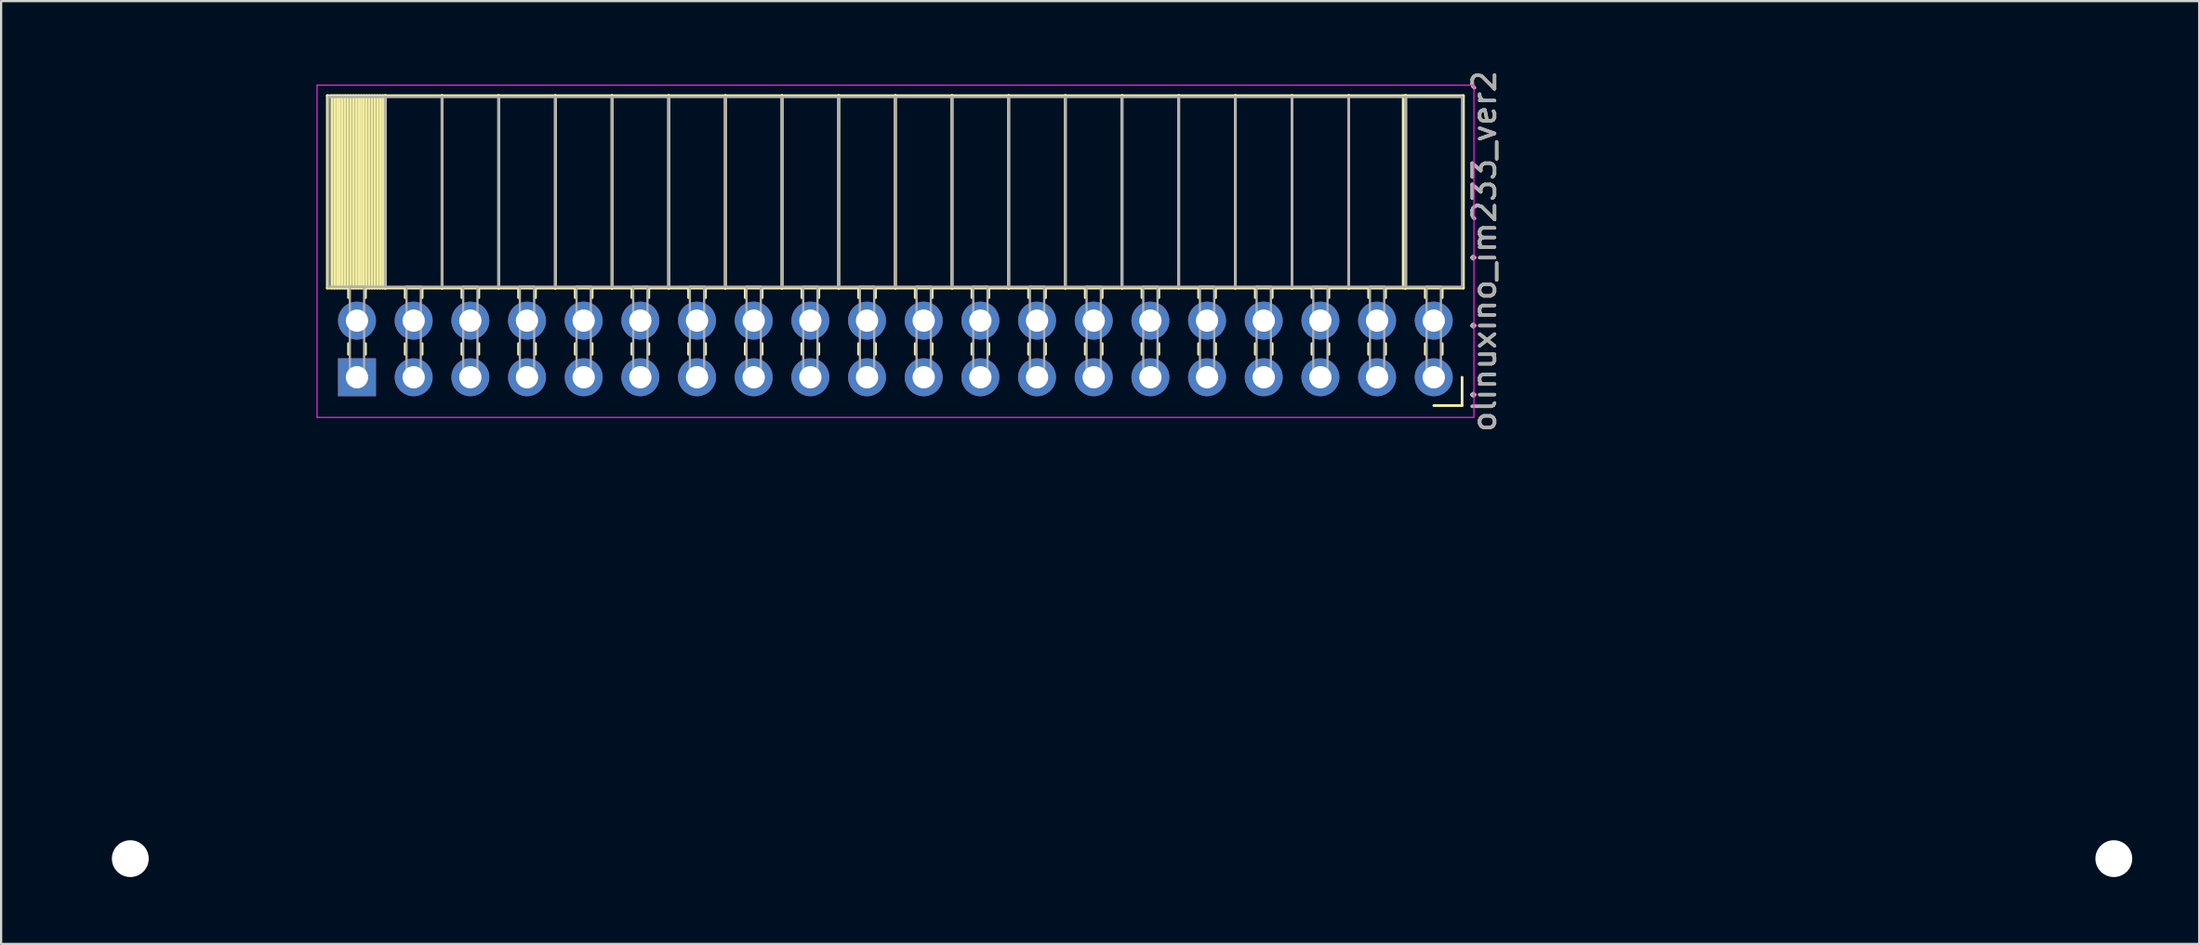
<source format=kicad_pcb>
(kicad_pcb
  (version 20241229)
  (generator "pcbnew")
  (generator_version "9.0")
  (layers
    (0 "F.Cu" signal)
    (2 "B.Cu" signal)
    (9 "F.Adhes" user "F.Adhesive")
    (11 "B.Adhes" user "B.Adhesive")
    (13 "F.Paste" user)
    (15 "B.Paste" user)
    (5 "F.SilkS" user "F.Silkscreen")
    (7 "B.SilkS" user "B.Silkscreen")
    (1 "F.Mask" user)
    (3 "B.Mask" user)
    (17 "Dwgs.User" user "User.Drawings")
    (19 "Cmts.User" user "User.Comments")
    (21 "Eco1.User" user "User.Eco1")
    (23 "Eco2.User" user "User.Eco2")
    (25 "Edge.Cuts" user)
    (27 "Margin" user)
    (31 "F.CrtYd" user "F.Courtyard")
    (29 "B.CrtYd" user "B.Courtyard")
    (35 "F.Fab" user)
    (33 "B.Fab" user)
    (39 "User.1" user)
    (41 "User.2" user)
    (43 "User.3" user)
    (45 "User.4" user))
  (footprint "olinuxino_im233_ver2"
    (layer "F.Cu")
    (at 0.25 8.155)
    (property "Reference" "olinuxino_im233_ver2" (at 63.23 0.065 270) (layer "F.SilkS") (effects (font (size 1 1) (thickness 0.15))))
    (attr through_hole)
    (fp_line (start 11.37 -6.915) (end 13.97 -6.915) (stroke (width 0.12) (type solid)) (layer "F.SilkS"))
    (fp_line (start 11.37 1.715) (end 11.37 -6.915) (stroke (width 0.12) (type solid)) (layer "F.SilkS"))
    (fp_line (start 11.57 1.715) (end 11.57 -6.915) (stroke (width 0.12) (type solid)) (layer "F.SilkS"))
    (fp_line (start 11.69 1.715) (end 11.69 -6.915) (stroke (width 0.12) (type solid)) (layer "F.SilkS"))
    (fp_line (start 11.81 1.715) (end 11.81 -6.915) (stroke (width 0.12) (type solid)) (layer "F.SilkS"))
    (fp_line (start 11.93 1.715) (end 11.93 -6.915) (stroke (width 0.12) (type solid)) (layer "F.SilkS"))
    (fp_line (start 12.05 1.715) (end 12.05 -6.915) (stroke (width 0.12) (type solid)) (layer "F.SilkS"))
    (fp_line (start 12.17 1.715) (end 12.17 -6.915) (stroke (width 0.12) (type solid)) (layer "F.SilkS"))
    (fp_line (start 12.29 1.715) (end 12.29 -6.915) (stroke (width 0.12) (type solid)) (layer "F.SilkS"))
    (fp_line (start 12.32 2.145) (end 12.32 1.715) (stroke (width 0.12) (type solid)) (layer "F.SilkS"))
    (fp_line (start 12.32 4.685) (end 12.32 4.205) (stroke (width 0.12) (type solid)) (layer "F.SilkS"))
    (fp_line (start 12.41 1.715) (end 12.41 -6.915) (stroke (width 0.12) (type solid)) (layer "F.SilkS"))
    (fp_line (start 12.53 1.715) (end 12.53 -6.915) (stroke (width 0.12) (type solid)) (layer "F.SilkS"))
    (fp_line (start 12.65 1.715) (end 12.65 -6.915) (stroke (width 0.12) (type solid)) (layer "F.SilkS"))
    (fp_line (start 12.77 1.715) (end 12.77 -6.915) (stroke (width 0.12) (type solid)) (layer "F.SilkS"))
    (fp_line (start 12.89 1.715) (end 12.89 -6.915) (stroke (width 0.12) (type solid)) (layer "F.SilkS"))
    (fp_line (start 13.01 1.715) (end 13.01 -6.915) (stroke (width 0.12) (type solid)) (layer "F.SilkS"))
    (fp_line (start 13.08 2.145) (end 13.08 1.715) (stroke (width 0.12) (type solid)) (layer "F.SilkS"))
    (fp_line (start 13.08 4.685) (end 13.08 4.205) (stroke (width 0.12) (type solid)) (layer "F.SilkS"))
    (fp_line (start 13.13 1.715) (end 13.13 -6.915) (stroke (width 0.12) (type solid)) (layer "F.SilkS"))
    (fp_line (start 13.25 1.715) (end 13.25 -6.915) (stroke (width 0.12) (type solid)) (layer "F.SilkS"))
    (fp_line (start 13.37 1.715) (end 13.37 -6.915) (stroke (width 0.12) (type solid)) (layer "F.SilkS"))
    (fp_line (start 13.49 1.715) (end 13.49 -6.915) (stroke (width 0.12) (type solid)) (layer "F.SilkS"))
    (fp_line (start 13.61 1.715) (end 13.61 -6.915) (stroke (width 0.12) (type solid)) (layer "F.SilkS"))
    (fp_line (start 13.73 1.715) (end 13.73 -6.915) (stroke (width 0.12) (type solid)) (layer "F.SilkS"))
    (fp_line (start 13.85 1.715) (end 13.85 -6.915) (stroke (width 0.12) (type solid)) (layer "F.SilkS"))
    (fp_line (start 13.97 -6.915) (end 13.97 1.715) (stroke (width 0.12) (type solid)) (layer "F.SilkS"))
    (fp_line (start 13.97 -6.915) (end 16.51 -6.915) (stroke (width 0.12) (type solid)) (layer "F.SilkS"))
    (fp_line (start 13.97 1.715) (end 11.37 1.715) (stroke (width 0.12) (type solid)) (layer "F.SilkS"))
    (fp_line (start 13.97 1.715) (end 13.97 -6.915) (stroke (width 0.12) (type solid)) (layer "F.SilkS"))
    (fp_line (start 14.86 2.145) (end 14.86 1.715) (stroke (width 0.12) (type solid)) (layer "F.SilkS"))
    (fp_line (start 14.86 4.685) (end 14.86 4.205) (stroke (width 0.12) (type solid)) (layer "F.SilkS"))
    (fp_line (start 15.62 2.145) (end 15.62 1.715) (stroke (width 0.12) (type solid)) (layer "F.SilkS"))
    (fp_line (start 15.62 4.685) (end 15.62 4.205) (stroke (width 0.12) (type solid)) (layer "F.SilkS"))
    (fp_line (start 16.51 -6.915) (end 16.51 1.715) (stroke (width 0.12) (type solid)) (layer "F.SilkS"))
    (fp_line (start 16.51 -6.915) (end 19.05 -6.915) (stroke (width 0.12) (type solid)) (layer "F.SilkS"))
    (fp_line (start 16.51 1.715) (end 13.97 1.715) (stroke (width 0.12) (type solid)) (layer "F.SilkS"))
    (fp_line (start 16.51 1.715) (end 16.51 -6.915) (stroke (width 0.12) (type solid)) (layer "F.SilkS"))
    (fp_line (start 17.4 2.145) (end 17.4 1.715) (stroke (width 0.12) (type solid)) (layer "F.SilkS"))
    (fp_line (start 17.4 4.685) (end 17.4 4.205) (stroke (width 0.12) (type solid)) (layer "F.SilkS"))
    (fp_line (start 18.16 2.145) (end 18.16 1.715) (stroke (width 0.12) (type solid)) (layer "F.SilkS"))
    (fp_line (start 18.16 4.685) (end 18.16 4.205) (stroke (width 0.12) (type solid)) (layer "F.SilkS"))
    (fp_line (start 19.05 -6.915) (end 19.05 1.715) (stroke (width 0.12) (type solid)) (layer "F.SilkS"))
    (fp_line (start 19.05 -6.915) (end 21.59 -6.915) (stroke (width 0.12) (type solid)) (layer "F.SilkS"))
    (fp_line (start 19.05 1.715) (end 16.51 1.715) (stroke (width 0.12) (type solid)) (layer "F.SilkS"))
    (fp_line (start 19.05 1.715) (end 19.05 -6.915) (stroke (width 0.12) (type solid)) (layer "F.SilkS"))
    (fp_line (start 19.94 2.145) (end 19.94 1.715) (stroke (width 0.12) (type solid)) (layer "F.SilkS"))
    (fp_line (start 19.94 4.685) (end 19.94 4.205) (stroke (width 0.12) (type solid)) (layer "F.SilkS"))
    (fp_line (start 20.7 2.145) (end 20.7 1.715) (stroke (width 0.12) (type solid)) (layer "F.SilkS"))
    (fp_line (start 20.7 4.685) (end 20.7 4.205) (stroke (width 0.12) (type solid)) (layer "F.SilkS"))
    (fp_line (start 21.59 -6.915) (end 21.59 1.715) (stroke (width 0.12) (type solid)) (layer "F.SilkS"))
    (fp_line (start 21.59 -6.915) (end 24.13 -6.915) (stroke (width 0.12) (type solid)) (layer "F.SilkS"))
    (fp_line (start 21.59 1.715) (end 19.05 1.715) (stroke (width 0.12) (type solid)) (layer "F.SilkS"))
    (fp_line (start 21.59 1.715) (end 21.59 -6.915) (stroke (width 0.12) (type solid)) (layer "F.SilkS"))
    (fp_line (start 22.48 2.145) (end 22.48 1.715) (stroke (width 0.12) (type solid)) (layer "F.SilkS"))
    (fp_line (start 22.48 4.685) (end 22.48 4.205) (stroke (width 0.12) (type solid)) (layer "F.SilkS"))
    (fp_line (start 23.24 2.145) (end 23.24 1.715) (stroke (width 0.12) (type solid)) (layer "F.SilkS"))
    (fp_line (start 23.24 4.685) (end 23.24 4.205) (stroke (width 0.12) (type solid)) (layer "F.SilkS"))
    (fp_line (start 24.13 -6.915) (end 24.13 1.715) (stroke (width 0.12) (type solid)) (layer "F.SilkS"))
    (fp_line (start 24.13 -6.915) (end 26.67 -6.915) (stroke (width 0.12) (type solid)) (layer "F.SilkS"))
    (fp_line (start 24.13 1.715) (end 21.59 1.715) (stroke (width 0.12) (type solid)) (layer "F.SilkS"))
    (fp_line (start 24.13 1.715) (end 24.13 -6.915) (stroke (width 0.12) (type solid)) (layer "F.SilkS"))
    (fp_line (start 25.02 2.145) (end 25.02 1.715) (stroke (width 0.12) (type solid)) (layer "F.SilkS"))
    (fp_line (start 25.02 4.685) (end 25.02 4.205) (stroke (width 0.12) (type solid)) (layer "F.SilkS"))
    (fp_line (start 25.78 2.145) (end 25.78 1.715) (stroke (width 0.12) (type solid)) (layer "F.SilkS"))
    (fp_line (start 25.78 4.685) (end 25.78 4.205) (stroke (width 0.12) (type solid)) (layer "F.SilkS"))
    (fp_line (start 26.67 -6.915) (end 26.67 1.715) (stroke (width 0.12) (type solid)) (layer "F.SilkS"))
    (fp_line (start 26.67 -6.915) (end 29.21 -6.915) (stroke (width 0.12) (type solid)) (layer "F.SilkS"))
    (fp_line (start 26.67 1.715) (end 24.13 1.715) (stroke (width 0.12) (type solid)) (layer "F.SilkS"))
    (fp_line (start 26.67 1.715) (end 26.67 -6.915) (stroke (width 0.12) (type solid)) (layer "F.SilkS"))
    (fp_line (start 27.56 2.145) (end 27.56 1.715) (stroke (width 0.12) (type solid)) (layer "F.SilkS"))
    (fp_line (start 27.56 4.685) (end 27.56 4.205) (stroke (width 0.12) (type solid)) (layer "F.SilkS"))
    (fp_line (start 28.32 2.145) (end 28.32 1.715) (stroke (width 0.12) (type solid)) (layer "F.SilkS"))
    (fp_line (start 28.32 4.685) (end 28.32 4.205) (stroke (width 0.12) (type solid)) (layer "F.SilkS"))
    (fp_line (start 29.21 -6.915) (end 29.21 1.715) (stroke (width 0.12) (type solid)) (layer "F.SilkS"))
    (fp_line (start 29.21 -6.915) (end 31.75 -6.915) (stroke (width 0.12) (type solid)) (layer "F.SilkS"))
    (fp_line (start 29.21 1.715) (end 26.67 1.715) (stroke (width 0.12) (type solid)) (layer "F.SilkS"))
    (fp_line (start 29.21 1.715) (end 29.21 -6.915) (stroke (width 0.12) (type solid)) (layer "F.SilkS"))
    (fp_line (start 30.1 2.145) (end 30.1 1.715) (stroke (width 0.12) (type solid)) (layer "F.SilkS"))
    (fp_line (start 30.1 4.685) (end 30.1 4.205) (stroke (width 0.12) (type solid)) (layer "F.SilkS"))
    (fp_line (start 30.86 2.145) (end 30.86 1.715) (stroke (width 0.12) (type solid)) (layer "F.SilkS"))
    (fp_line (start 30.86 4.685) (end 30.86 4.205) (stroke (width 0.12) (type solid)) (layer "F.SilkS"))
    (fp_line (start 31.75 -6.915) (end 31.75 1.715) (stroke (width 0.12) (type solid)) (layer "F.SilkS"))
    (fp_line (start 31.75 -6.915) (end 34.29 -6.915) (stroke (width 0.12) (type solid)) (layer "F.SilkS"))
    (fp_line (start 31.75 1.715) (end 29.21 1.715) (stroke (width 0.12) (type solid)) (layer "F.SilkS"))
    (fp_line (start 31.75 1.715) (end 31.75 -6.915) (stroke (width 0.12) (type solid)) (layer "F.SilkS"))
    (fp_line (start 32.64 2.145) (end 32.64 1.715) (stroke (width 0.12) (type solid)) (layer "F.SilkS"))
    (fp_line (start 32.64 4.685) (end 32.64 4.205) (stroke (width 0.12) (type solid)) (layer "F.SilkS"))
    (fp_line (start 33.4 2.145) (end 33.4 1.715) (stroke (width 0.12) (type solid)) (layer "F.SilkS"))
    (fp_line (start 33.4 4.685) (end 33.4 4.205) (stroke (width 0.12) (type solid)) (layer "F.SilkS"))
    (fp_line (start 34.29 -6.915) (end 34.29 1.715) (stroke (width 0.12) (type solid)) (layer "F.SilkS"))
    (fp_line (start 34.29 -6.915) (end 36.83 -6.915) (stroke (width 0.12) (type solid)) (layer "F.SilkS"))
    (fp_line (start 34.29 1.715) (end 31.75 1.715) (stroke (width 0.12) (type solid)) (layer "F.SilkS"))
    (fp_line (start 34.29 1.715) (end 34.29 -6.915) (stroke (width 0.12) (type solid)) (layer "F.SilkS"))
    (fp_line (start 35.18 2.145) (end 35.18 1.715) (stroke (width 0.12) (type solid)) (layer "F.SilkS"))
    (fp_line (start 35.18 4.685) (end 35.18 4.205) (stroke (width 0.12) (type solid)) (layer "F.SilkS"))
    (fp_line (start 35.94 2.145) (end 35.94 1.715) (stroke (width 0.12) (type solid)) (layer "F.SilkS"))
    (fp_line (start 35.94 4.685) (end 35.94 4.205) (stroke (width 0.12) (type solid)) (layer "F.SilkS"))
    (fp_line (start 36.83 -6.915) (end 36.83 1.715) (stroke (width 0.12) (type solid)) (layer "F.SilkS"))
    (fp_line (start 36.83 -6.915) (end 39.37 -6.915) (stroke (width 0.12) (type solid)) (layer "F.SilkS"))
    (fp_line (start 36.83 1.715) (end 34.29 1.715) (stroke (width 0.12) (type solid)) (layer "F.SilkS"))
    (fp_line (start 36.83 1.715) (end 36.83 -6.915) (stroke (width 0.12) (type solid)) (layer "F.SilkS"))
    (fp_line (start 37.72 2.145) (end 37.72 1.715) (stroke (width 0.12) (type solid)) (layer "F.SilkS"))
    (fp_line (start 37.72 4.685) (end 37.72 4.205) (stroke (width 0.12) (type solid)) (layer "F.SilkS"))
    (fp_line (start 38.48 2.145) (end 38.48 1.715) (stroke (width 0.12) (type solid)) (layer "F.SilkS"))
    (fp_line (start 38.48 4.685) (end 38.48 4.205) (stroke (width 0.12) (type solid)) (layer "F.SilkS"))
    (fp_line (start 39.37 -6.915) (end 39.37 1.715) (stroke (width 0.12) (type solid)) (layer "F.SilkS"))
    (fp_line (start 39.37 -6.915) (end 41.91 -6.915) (stroke (width 0.12) (type solid)) (layer "F.SilkS"))
    (fp_line (start 39.37 1.715) (end 36.83 1.715) (stroke (width 0.12) (type solid)) (layer "F.SilkS"))
    (fp_line (start 39.37 1.715) (end 39.37 -6.915) (stroke (width 0.12) (type solid)) (layer "F.SilkS"))
    (fp_line (start 40.26 2.145) (end 40.26 1.715) (stroke (width 0.12) (type solid)) (layer "F.SilkS"))
    (fp_line (start 40.26 4.685) (end 40.26 4.205) (stroke (width 0.12) (type solid)) (layer "F.SilkS"))
    (fp_line (start 41.02 2.145) (end 41.02 1.715) (stroke (width 0.12) (type solid)) (layer "F.SilkS"))
    (fp_line (start 41.02 4.685) (end 41.02 4.205) (stroke (width 0.12) (type solid)) (layer "F.SilkS"))
    (fp_line (start 41.91 -6.915) (end 41.91 1.715) (stroke (width 0.12) (type solid)) (layer "F.SilkS"))
    (fp_line (start 41.91 -6.915) (end 44.45 -6.915) (stroke (width 0.12) (type solid)) (layer "F.SilkS"))
    (fp_line (start 41.91 1.715) (end 39.37 1.715) (stroke (width 0.12) (type solid)) (layer "F.SilkS"))
    (fp_line (start 41.91 1.715) (end 41.91 -6.915) (stroke (width 0.12) (type solid)) (layer "F.SilkS"))
    (fp_line (start 42.8 2.145) (end 42.8 1.715) (stroke (width 0.12) (type solid)) (layer "F.SilkS"))
    (fp_line (start 42.8 4.685) (end 42.8 4.205) (stroke (width 0.12) (type solid)) (layer "F.SilkS"))
    (fp_line (start 43.56 2.145) (end 43.56 1.715) (stroke (width 0.12) (type solid)) (layer "F.SilkS"))
    (fp_line (start 43.56 4.685) (end 43.56 4.205) (stroke (width 0.12) (type solid)) (layer "F.SilkS"))
    (fp_line (start 44.45 -6.915) (end 44.45 1.715) (stroke (width 0.12) (type solid)) (layer "F.SilkS"))
    (fp_line (start 44.45 -6.915) (end 46.99 -6.915) (stroke (width 0.12) (type solid)) (layer "F.SilkS"))
    (fp_line (start 44.45 1.715) (end 41.91 1.715) (stroke (width 0.12) (type solid)) (layer "F.SilkS"))
    (fp_line (start 44.45 1.715) (end 44.45 -6.915) (stroke (width 0.12) (type solid)) (layer "F.SilkS"))
    (fp_line (start 45.34 2.145) (end 45.34 1.715) (stroke (width 0.12) (type solid)) (layer "F.SilkS"))
    (fp_line (start 45.34 4.685) (end 45.34 4.205) (stroke (width 0.12) (type solid)) (layer "F.SilkS"))
    (fp_line (start 46.1 2.145) (end 46.1 1.715) (stroke (width 0.12) (type solid)) (layer "F.SilkS"))
    (fp_line (start 46.1 4.685) (end 46.1 4.205) (stroke (width 0.12) (type solid)) (layer "F.SilkS"))
    (fp_line (start 46.99 -6.915) (end 46.99 1.715) (stroke (width 0.12) (type solid)) (layer "F.SilkS"))
    (fp_line (start 46.99 -6.915) (end 49.53 -6.915) (stroke (width 0.12) (type solid)) (layer "F.SilkS"))
    (fp_line (start 46.99 1.715) (end 44.45 1.715) (stroke (width 0.12) (type solid)) (layer "F.SilkS"))
    (fp_line (start 46.99 1.715) (end 46.99 -6.915) (stroke (width 0.12) (type solid)) (layer "F.SilkS"))
    (fp_line (start 47.88 2.145) (end 47.88 1.715) (stroke (width 0.12) (type solid)) (layer "F.SilkS"))
    (fp_line (start 47.88 4.685) (end 47.88 4.205) (stroke (width 0.12) (type solid)) (layer "F.SilkS"))
    (fp_line (start 48.64 2.145) (end 48.64 1.715) (stroke (width 0.12) (type solid)) (layer "F.SilkS"))
    (fp_line (start 48.64 4.685) (end 48.64 4.205) (stroke (width 0.12) (type solid)) (layer "F.SilkS"))
    (fp_line (start 49.53 -6.915) (end 49.53 1.715) (stroke (width 0.12) (type solid)) (layer "F.SilkS"))
    (fp_line (start 49.53 -6.915) (end 52.07 -6.915) (stroke (width 0.12) (type solid)) (layer "F.SilkS"))
    (fp_line (start 49.53 1.715) (end 46.99 1.715) (stroke (width 0.12) (type solid)) (layer "F.SilkS"))
    (fp_line (start 49.53 1.715) (end 49.53 -6.915) (stroke (width 0.12) (type solid)) (layer "F.SilkS"))
    (fp_line (start 50.42 2.145) (end 50.42 1.715) (stroke (width 0.12) (type solid)) (layer "F.SilkS"))
    (fp_line (start 50.42 4.685) (end 50.42 4.205) (stroke (width 0.12) (type solid)) (layer "F.SilkS"))
    (fp_line (start 51.18 2.145) (end 51.18 1.715) (stroke (width 0.12) (type solid)) (layer "F.SilkS"))
    (fp_line (start 51.18 4.685) (end 51.18 4.205) (stroke (width 0.12) (type solid)) (layer "F.SilkS"))
    (fp_line (start 52.07 -6.915) (end 52.07 1.715) (stroke (width 0.12) (type solid)) (layer "F.SilkS"))
    (fp_line (start 52.07 -6.915) (end 54.61 -6.915) (stroke (width 0.12) (type solid)) (layer "F.SilkS"))
    (fp_line (start 52.07 1.715) (end 49.53 1.715) (stroke (width 0.12) (type solid)) (layer "F.SilkS"))
    (fp_line (start 52.07 1.715) (end 52.07 -6.915) (stroke (width 0.12) (type solid)) (layer "F.SilkS"))
    (fp_line (start 52.96 2.145) (end 52.96 1.715) (stroke (width 0.12) (type solid)) (layer "F.SilkS"))
    (fp_line (start 52.96 4.685) (end 52.96 4.205) (stroke (width 0.12) (type solid)) (layer "F.SilkS"))
    (fp_line (start 53.72 2.145) (end 53.72 1.715) (stroke (width 0.12) (type solid)) (layer "F.SilkS"))
    (fp_line (start 53.72 4.685) (end 53.72 4.205) (stroke (width 0.12) (type solid)) (layer "F.SilkS"))
    (fp_line (start 54.61 -6.915) (end 54.61 1.715) (stroke (width 0.12) (type solid)) (layer "F.SilkS"))
    (fp_line (start 54.61 -6.915) (end 57.15 -6.915) (stroke (width 0.12) (type solid)) (layer "F.SilkS"))
    (fp_line (start 54.61 1.715) (end 52.07 1.715) (stroke (width 0.12) (type solid)) (layer "F.SilkS"))
    (fp_line (start 54.61 1.715) (end 54.61 -6.915) (stroke (width 0.12) (type solid)) (layer "F.SilkS"))
    (fp_line (start 55.5 2.145) (end 55.5 1.715) (stroke (width 0.12) (type solid)) (layer "F.SilkS"))
    (fp_line (start 55.5 4.685) (end 55.5 4.205) (stroke (width 0.12) (type solid)) (layer "F.SilkS"))
    (fp_line (start 56.26 2.145) (end 56.26 1.715) (stroke (width 0.12) (type solid)) (layer "F.SilkS"))
    (fp_line (start 56.26 4.685) (end 56.26 4.205) (stroke (width 0.12) (type solid)) (layer "F.SilkS"))
    (fp_line (start 57.15 -6.915) (end 57.15 1.715) (stroke (width 0.12) (type solid)) (layer "F.SilkS"))
    (fp_line (start 57.15 -6.915) (end 59.69 -6.915) (stroke (width 0.12) (type solid)) (layer "F.SilkS"))
    (fp_line (start 57.15 1.715) (end 54.61 1.715) (stroke (width 0.12) (type solid)) (layer "F.SilkS"))
    (fp_line (start 57.15 1.715) (end 57.15 -6.915) (stroke (width 0.12) (type solid)) (layer "F.SilkS"))
    (fp_line (start 58.04 2.145) (end 58.04 1.715) (stroke (width 0.12) (type solid)) (layer "F.SilkS"))
    (fp_line (start 58.04 4.685) (end 58.04 4.205) (stroke (width 0.12) (type solid)) (layer "F.SilkS"))
    (fp_line (start 58.8 2.145) (end 58.8 1.715) (stroke (width 0.12) (type solid)) (layer "F.SilkS"))
    (fp_line (start 58.8 4.685) (end 58.8 4.205) (stroke (width 0.12) (type solid)) (layer "F.SilkS"))
    (fp_line (start 59.59 1.715) (end 59.59 -6.915) (stroke (width 0.12) (type solid)) (layer "F.SilkS"))
    (fp_line (start 59.69 -6.915) (end 59.69 1.715) (stroke (width 0.12) (type solid)) (layer "F.SilkS"))
    (fp_line (start 59.69 -6.915) (end 62.29 -6.915) (stroke (width 0.12) (type solid)) (layer "F.SilkS"))
    (fp_line (start 59.69 1.715) (end 57.15 1.715) (stroke (width 0.12) (type solid)) (layer "F.SilkS"))
    (fp_line (start 59.69 1.715) (end 59.69 -6.915) (stroke (width 0.12) (type solid)) (layer "F.SilkS"))
    (fp_line (start 59.71 1.715) (end 59.71 -6.915) (stroke (width 0.12) (type solid)) (layer "F.SilkS"))
    (fp_line (start 60.58 2.145) (end 60.58 1.715) (stroke (width 0.12) (type solid)) (layer "F.SilkS"))
    (fp_line (start 60.58 4.685) (end 60.58 4.205) (stroke (width 0.12) (type solid)) (layer "F.SilkS"))
    (fp_line (start 61.34 2.145) (end 61.34 1.715) (stroke (width 0.12) (type solid)) (layer "F.SilkS"))
    (fp_line (start 61.34 4.685) (end 61.34 4.205) (stroke (width 0.12) (type solid)) (layer "F.SilkS"))
    (fp_line (start 62.23 5.715) (end 62.23 6.985) (stroke (width 0.12) (type solid)) (layer "F.SilkS"))
    (fp_line (start 62.23 6.985) (end 60.96 6.985) (stroke (width 0.12) (type solid)) (layer "F.SilkS"))
    (fp_line (start 62.29 -6.915) (end 62.29 1.715) (stroke (width 0.12) (type solid)) (layer "F.SilkS"))
    (fp_line (start 62.29 1.715) (end 59.69 1.715) (stroke (width 0.12) (type solid)) (layer "F.SilkS"))
    (fp_line (start 10.91 -7.385) (end 62.76 -7.385) (stroke (width 0.05) (type solid)) (layer "F.CrtYd"))
    (fp_line (start 10.91 7.515) (end 10.91 -7.385) (stroke (width 0.05) (type solid)) (layer "F.CrtYd"))
    (fp_line (start 62.76 -7.385) (end 62.76 7.515) (stroke (width 0.05) (type solid)) (layer "F.CrtYd"))
    (fp_line (start 62.76 7.515) (end 10.91 7.515) (stroke (width 0.05) (type solid)) (layer "F.CrtYd"))
    (fp_line (start 11.43 -6.855) (end 13.97 -6.855) (stroke (width 0.1) (type solid)) (layer "F.Fab"))
    (fp_line (start 11.43 1.655) (end 11.43 -6.855) (stroke (width 0.1) (type solid)) (layer "F.Fab"))
    (fp_line (start 12.38 1.655) (end 13.02 1.655) (stroke (width 0.1) (type solid)) (layer "F.Fab"))
    (fp_line (start 12.38 5.715) (end 12.38 1.655) (stroke (width 0.1) (type solid)) (layer "F.Fab"))
    (fp_line (start 13.02 1.655) (end 13.02 5.715) (stroke (width 0.1) (type solid)) (layer "F.Fab"))
    (fp_line (start 13.02 5.715) (end 12.38 5.715) (stroke (width 0.1) (type solid)) (layer "F.Fab"))
    (fp_line (start 13.97 -6.855) (end 13.97 1.655) (stroke (width 0.1) (type solid)) (layer "F.Fab"))
    (fp_line (start 13.97 -6.855) (end 16.51 -6.855) (stroke (width 0.1) (type solid)) (layer "F.Fab"))
    (fp_line (start 13.97 1.655) (end 11.43 1.655) (stroke (width 0.1) (type solid)) (layer "F.Fab"))
    (fp_line (start 13.97 1.655) (end 13.97 -6.855) (stroke (width 0.1) (type solid)) (layer "F.Fab"))
    (fp_line (start 14.92 1.655) (end 15.56 1.655) (stroke (width 0.1) (type solid)) (layer "F.Fab"))
    (fp_line (start 14.92 5.715) (end 14.92 1.655) (stroke (width 0.1) (type solid)) (layer "F.Fab"))
    (fp_line (start 15.56 1.655) (end 15.56 5.715) (stroke (width 0.1) (type solid)) (layer "F.Fab"))
    (fp_line (start 15.56 5.715) (end 14.92 5.715) (stroke (width 0.1) (type solid)) (layer "F.Fab"))
    (fp_line (start 16.51 -6.855) (end 16.51 1.655) (stroke (width 0.1) (type solid)) (layer "F.Fab"))
    (fp_line (start 16.51 -6.855) (end 19.05 -6.855) (stroke (width 0.1) (type solid)) (layer "F.Fab"))
    (fp_line (start 16.51 1.655) (end 13.97 1.655) (stroke (width 0.1) (type solid)) (layer "F.Fab"))
    (fp_line (start 16.51 1.655) (end 16.51 -6.855) (stroke (width 0.1) (type solid)) (layer "F.Fab"))
    (fp_line (start 17.46 1.655) (end 18.1 1.655) (stroke (width 0.1) (type solid)) (layer "F.Fab"))
    (fp_line (start 17.46 5.715) (end 17.46 1.655) (stroke (width 0.1) (type solid)) (layer "F.Fab"))
    (fp_line (start 18.1 1.655) (end 18.1 5.715) (stroke (width 0.1) (type solid)) (layer "F.Fab"))
    (fp_line (start 18.1 5.715) (end 17.46 5.715) (stroke (width 0.1) (type solid)) (layer "F.Fab"))
    (fp_line (start 19.05 -6.855) (end 19.05 1.655) (stroke (width 0.1) (type solid)) (layer "F.Fab"))
    (fp_line (start 19.05 -6.855) (end 21.59 -6.855) (stroke (width 0.1) (type solid)) (layer "F.Fab"))
    (fp_line (start 19.05 1.655) (end 16.51 1.655) (stroke (width 0.1) (type solid)) (layer "F.Fab"))
    (fp_line (start 19.05 1.655) (end 19.05 -6.855) (stroke (width 0.1) (type solid)) (layer "F.Fab"))
    (fp_line (start 20 1.655) (end 20.64 1.655) (stroke (width 0.1) (type solid)) (layer "F.Fab"))
    (fp_line (start 20 5.715) (end 20 1.655) (stroke (width 0.1) (type solid)) (layer "F.Fab"))
    (fp_line (start 20.64 1.655) (end 20.64 5.715) (stroke (width 0.1) (type solid)) (layer "F.Fab"))
    (fp_line (start 20.64 5.715) (end 20 5.715) (stroke (width 0.1) (type solid)) (layer "F.Fab"))
    (fp_line (start 21.59 -6.855) (end 21.59 1.655) (stroke (width 0.1) (type solid)) (layer "F.Fab"))
    (fp_line (start 21.59 -6.855) (end 24.13 -6.855) (stroke (width 0.1) (type solid)) (layer "F.Fab"))
    (fp_line (start 21.59 1.655) (end 19.05 1.655) (stroke (width 0.1) (type solid)) (layer "F.Fab"))
    (fp_line (start 21.59 1.655) (end 21.59 -6.855) (stroke (width 0.1) (type solid)) (layer "F.Fab"))
    (fp_line (start 22.54 1.655) (end 23.18 1.655) (stroke (width 0.1) (type solid)) (layer "F.Fab"))
    (fp_line (start 22.54 5.715) (end 22.54 1.655) (stroke (width 0.1) (type solid)) (layer "F.Fab"))
    (fp_line (start 23.18 1.655) (end 23.18 5.715) (stroke (width 0.1) (type solid)) (layer "F.Fab"))
    (fp_line (start 23.18 5.715) (end 22.54 5.715) (stroke (width 0.1) (type solid)) (layer "F.Fab"))
    (fp_line (start 24.13 -6.855) (end 24.13 1.655) (stroke (width 0.1) (type solid)) (layer "F.Fab"))
    (fp_line (start 24.13 -6.855) (end 26.67 -6.855) (stroke (width 0.1) (type solid)) (layer "F.Fab"))
    (fp_line (start 24.13 1.655) (end 21.59 1.655) (stroke (width 0.1) (type solid)) (layer "F.Fab"))
    (fp_line (start 24.13 1.655) (end 24.13 -6.855) (stroke (width 0.1) (type solid)) (layer "F.Fab"))
    (fp_line (start 25.08 1.655) (end 25.72 1.655) (stroke (width 0.1) (type solid)) (layer "F.Fab"))
    (fp_line (start 25.08 5.715) (end 25.08 1.655) (stroke (width 0.1) (type solid)) (layer "F.Fab"))
    (fp_line (start 25.72 1.655) (end 25.72 5.715) (stroke (width 0.1) (type solid)) (layer "F.Fab"))
    (fp_line (start 25.72 5.715) (end 25.08 5.715) (stroke (width 0.1) (type solid)) (layer "F.Fab"))
    (fp_line (start 26.67 -6.855) (end 26.67 1.655) (stroke (width 0.1) (type solid)) (layer "F.Fab"))
    (fp_line (start 26.67 -6.855) (end 29.21 -6.855) (stroke (width 0.1) (type solid)) (layer "F.Fab"))
    (fp_line (start 26.67 1.655) (end 24.13 1.655) (stroke (width 0.1) (type solid)) (layer "F.Fab"))
    (fp_line (start 26.67 1.655) (end 26.67 -6.855) (stroke (width 0.1) (type solid)) (layer "F.Fab"))
    (fp_line (start 27.62 1.655) (end 28.26 1.655) (stroke (width 0.1) (type solid)) (layer "F.Fab"))
    (fp_line (start 27.62 5.715) (end 27.62 1.655) (stroke (width 0.1) (type solid)) (layer "F.Fab"))
    (fp_line (start 28.26 1.655) (end 28.26 5.715) (stroke (width 0.1) (type solid)) (layer "F.Fab"))
    (fp_line (start 28.26 5.715) (end 27.62 5.715) (stroke (width 0.1) (type solid)) (layer "F.Fab"))
    (fp_line (start 29.21 -6.855) (end 29.21 1.655) (stroke (width 0.1) (type solid)) (layer "F.Fab"))
    (fp_line (start 29.21 -6.855) (end 31.75 -6.855) (stroke (width 0.1) (type solid)) (layer "F.Fab"))
    (fp_line (start 29.21 1.655) (end 26.67 1.655) (stroke (width 0.1) (type solid)) (layer "F.Fab"))
    (fp_line (start 29.21 1.655) (end 29.21 -6.855) (stroke (width 0.1) (type solid)) (layer "F.Fab"))
    (fp_line (start 30.16 1.655) (end 30.8 1.655) (stroke (width 0.1) (type solid)) (layer "F.Fab"))
    (fp_line (start 30.16 5.715) (end 30.16 1.655) (stroke (width 0.1) (type solid)) (layer "F.Fab"))
    (fp_line (start 30.8 1.655) (end 30.8 5.715) (stroke (width 0.1) (type solid)) (layer "F.Fab"))
    (fp_line (start 30.8 5.715) (end 30.16 5.715) (stroke (width 0.1) (type solid)) (layer "F.Fab"))
    (fp_line (start 31.75 -6.855) (end 31.75 1.655) (stroke (width 0.1) (type solid)) (layer "F.Fab"))
    (fp_line (start 31.75 -6.855) (end 34.29 -6.855) (stroke (width 0.1) (type solid)) (layer "F.Fab"))
    (fp_line (start 31.75 1.655) (end 29.21 1.655) (stroke (width 0.1) (type solid)) (layer "F.Fab"))
    (fp_line (start 31.75 1.655) (end 31.75 -6.855) (stroke (width 0.1) (type solid)) (layer "F.Fab"))
    (fp_line (start 32.7 1.655) (end 33.34 1.655) (stroke (width 0.1) (type solid)) (layer "F.Fab"))
    (fp_line (start 32.7 5.715) (end 32.7 1.655) (stroke (width 0.1) (type solid)) (layer "F.Fab"))
    (fp_line (start 33.34 1.655) (end 33.34 5.715) (stroke (width 0.1) (type solid)) (layer "F.Fab"))
    (fp_line (start 33.34 5.715) (end 32.7 5.715) (stroke (width 0.1) (type solid)) (layer "F.Fab"))
    (fp_line (start 34.29 -6.855) (end 34.29 1.655) (stroke (width 0.1) (type solid)) (layer "F.Fab"))
    (fp_line (start 34.29 -6.855) (end 36.83 -6.855) (stroke (width 0.1) (type solid)) (layer "F.Fab"))
    (fp_line (start 34.29 1.655) (end 31.75 1.655) (stroke (width 0.1) (type solid)) (layer "F.Fab"))
    (fp_line (start 34.29 1.655) (end 34.29 -6.855) (stroke (width 0.1) (type solid)) (layer "F.Fab"))
    (fp_line (start 35.24 1.655) (end 35.88 1.655) (stroke (width 0.1) (type solid)) (layer "F.Fab"))
    (fp_line (start 35.24 5.715) (end 35.24 1.655) (stroke (width 0.1) (type solid)) (layer "F.Fab"))
    (fp_line (start 35.88 1.655) (end 35.88 5.715) (stroke (width 0.1) (type solid)) (layer "F.Fab"))
    (fp_line (start 35.88 5.715) (end 35.24 5.715) (stroke (width 0.1) (type solid)) (layer "F.Fab"))
    (fp_line (start 36.83 -6.855) (end 36.83 1.655) (stroke (width 0.1) (type solid)) (layer "F.Fab"))
    (fp_line (start 36.83 -6.855) (end 39.37 -6.855) (stroke (width 0.1) (type solid)) (layer "F.Fab"))
    (fp_line (start 36.83 1.655) (end 34.29 1.655) (stroke (width 0.1) (type solid)) (layer "F.Fab"))
    (fp_line (start 36.83 1.655) (end 36.83 -6.855) (stroke (width 0.1) (type solid)) (layer "F.Fab"))
    (fp_line (start 37.78 1.655) (end 38.42 1.655) (stroke (width 0.1) (type solid)) (layer "F.Fab"))
    (fp_line (start 37.78 5.715) (end 37.78 1.655) (stroke (width 0.1) (type solid)) (layer "F.Fab"))
    (fp_line (start 38.42 1.655) (end 38.42 5.715) (stroke (width 0.1) (type solid)) (layer "F.Fab"))
    (fp_line (start 38.42 5.715) (end 37.78 5.715) (stroke (width 0.1) (type solid)) (layer "F.Fab"))
    (fp_line (start 39.37 -6.855) (end 39.37 1.655) (stroke (width 0.1) (type solid)) (layer "F.Fab"))
    (fp_line (start 39.37 -6.855) (end 41.91 -6.855) (stroke (width 0.1) (type solid)) (layer "F.Fab"))
    (fp_line (start 39.37 1.655) (end 36.83 1.655) (stroke (width 0.1) (type solid)) (layer "F.Fab"))
    (fp_line (start 39.37 1.655) (end 39.37 -6.855) (stroke (width 0.1) (type solid)) (layer "F.Fab"))
    (fp_line (start 40.32 1.655) (end 40.96 1.655) (stroke (width 0.1) (type solid)) (layer "F.Fab"))
    (fp_line (start 40.32 5.715) (end 40.32 1.655) (stroke (width 0.1) (type solid)) (layer "F.Fab"))
    (fp_line (start 40.96 1.655) (end 40.96 5.715) (stroke (width 0.1) (type solid)) (layer "F.Fab"))
    (fp_line (start 40.96 5.715) (end 40.32 5.715) (stroke (width 0.1) (type solid)) (layer "F.Fab"))
    (fp_line (start 41.91 -6.855) (end 41.91 1.655) (stroke (width 0.1) (type solid)) (layer "F.Fab"))
    (fp_line (start 41.91 -6.855) (end 44.45 -6.855) (stroke (width 0.1) (type solid)) (layer "F.Fab"))
    (fp_line (start 41.91 1.655) (end 39.37 1.655) (stroke (width 0.1) (type solid)) (layer "F.Fab"))
    (fp_line (start 41.91 1.655) (end 41.91 -6.855) (stroke (width 0.1) (type solid)) (layer "F.Fab"))
    (fp_line (start 42.86 1.655) (end 43.5 1.655) (stroke (width 0.1) (type solid)) (layer "F.Fab"))
    (fp_line (start 42.86 5.715) (end 42.86 1.655) (stroke (width 0.1) (type solid)) (layer "F.Fab"))
    (fp_line (start 43.5 1.655) (end 43.5 5.715) (stroke (width 0.1) (type solid)) (layer "F.Fab"))
    (fp_line (start 43.5 5.715) (end 42.86 5.715) (stroke (width 0.1) (type solid)) (layer "F.Fab"))
    (fp_line (start 44.45 -6.855) (end 44.45 1.655) (stroke (width 0.1) (type solid)) (layer "F.Fab"))
    (fp_line (start 44.45 -6.855) (end 46.99 -6.855) (stroke (width 0.1) (type solid)) (layer "F.Fab"))
    (fp_line (start 44.45 1.655) (end 41.91 1.655) (stroke (width 0.1) (type solid)) (layer "F.Fab"))
    (fp_line (start 44.45 1.655) (end 44.45 -6.855) (stroke (width 0.1) (type solid)) (layer "F.Fab"))
    (fp_line (start 45.4 1.655) (end 46.04 1.655) (stroke (width 0.1) (type solid)) (layer "F.Fab"))
    (fp_line (start 45.4 5.715) (end 45.4 1.655) (stroke (width 0.1) (type solid)) (layer "F.Fab"))
    (fp_line (start 46.04 1.655) (end 46.04 5.715) (stroke (width 0.1) (type solid)) (layer "F.Fab"))
    (fp_line (start 46.04 5.715) (end 45.4 5.715) (stroke (width 0.1) (type solid)) (layer "F.Fab"))
    (fp_line (start 46.99 -6.855) (end 46.99 1.655) (stroke (width 0.1) (type solid)) (layer "F.Fab"))
    (fp_line (start 46.99 -6.855) (end 49.53 -6.855) (stroke (width 0.1) (type solid)) (layer "F.Fab"))
    (fp_line (start 46.99 1.655) (end 44.45 1.655) (stroke (width 0.1) (type solid)) (layer "F.Fab"))
    (fp_line (start 46.99 1.655) (end 46.99 -6.855) (stroke (width 0.1) (type solid)) (layer "F.Fab"))
    (fp_line (start 47.94 1.655) (end 48.58 1.655) (stroke (width 0.1) (type solid)) (layer "F.Fab"))
    (fp_line (start 47.94 5.715) (end 47.94 1.655) (stroke (width 0.1) (type solid)) (layer "F.Fab"))
    (fp_line (start 48.58 1.655) (end 48.58 5.715) (stroke (width 0.1) (type solid)) (layer "F.Fab"))
    (fp_line (start 48.58 5.715) (end 47.94 5.715) (stroke (width 0.1) (type solid)) (layer "F.Fab"))
    (fp_line (start 49.53 -6.855) (end 49.53 1.655) (stroke (width 0.1) (type solid)) (layer "F.Fab"))
    (fp_line (start 49.53 -6.855) (end 52.07 -6.855) (stroke (width 0.1) (type solid)) (layer "F.Fab"))
    (fp_line (start 49.53 1.655) (end 46.99 1.655) (stroke (width 0.1) (type solid)) (layer "F.Fab"))
    (fp_line (start 49.53 1.655) (end 49.53 -6.855) (stroke (width 0.1) (type solid)) (layer "F.Fab"))
    (fp_line (start 50.48 1.655) (end 51.12 1.655) (stroke (width 0.1) (type solid)) (layer "F.Fab"))
    (fp_line (start 50.48 5.715) (end 50.48 1.655) (stroke (width 0.1) (type solid)) (layer "F.Fab"))
    (fp_line (start 51.12 1.655) (end 51.12 5.715) (stroke (width 0.1) (type solid)) (layer "F.Fab"))
    (fp_line (start 51.12 5.715) (end 50.48 5.715) (stroke (width 0.1) (type solid)) (layer "F.Fab"))
    (fp_line (start 52.07 -6.855) (end 52.07 1.655) (stroke (width 0.1) (type solid)) (layer "F.Fab"))
    (fp_line (start 52.07 -6.855) (end 54.61 -6.855) (stroke (width 0.1) (type solid)) (layer "F.Fab"))
    (fp_line (start 52.07 1.655) (end 49.53 1.655) (stroke (width 0.1) (type solid)) (layer "F.Fab"))
    (fp_line (start 52.07 1.655) (end 52.07 -6.855) (stroke (width 0.1) (type solid)) (layer "F.Fab"))
    (fp_line (start 53.02 1.655) (end 53.66 1.655) (stroke (width 0.1) (type solid)) (layer "F.Fab"))
    (fp_line (start 53.02 5.715) (end 53.02 1.655) (stroke (width 0.1) (type solid)) (layer "F.Fab"))
    (fp_line (start 53.66 1.655) (end 53.66 5.715) (stroke (width 0.1) (type solid)) (layer "F.Fab"))
    (fp_line (start 53.66 5.715) (end 53.02 5.715) (stroke (width 0.1) (type solid)) (layer "F.Fab"))
    (fp_line (start 54.61 -6.855) (end 54.61 1.655) (stroke (width 0.1) (type solid)) (layer "F.Fab"))
    (fp_line (start 54.61 -6.855) (end 57.15 -6.855) (stroke (width 0.1) (type solid)) (layer "F.Fab"))
    (fp_line (start 54.61 1.655) (end 52.07 1.655) (stroke (width 0.1) (type solid)) (layer "F.Fab"))
    (fp_line (start 54.61 1.655) (end 54.61 -6.855) (stroke (width 0.1) (type solid)) (layer "F.Fab"))
    (fp_line (start 55.56 1.655) (end 56.2 1.655) (stroke (width 0.1) (type solid)) (layer "F.Fab"))
    (fp_line (start 55.56 5.715) (end 55.56 1.655) (stroke (width 0.1) (type solid)) (layer "F.Fab"))
    (fp_line (start 56.2 1.655) (end 56.2 5.715) (stroke (width 0.1) (type solid)) (layer "F.Fab"))
    (fp_line (start 56.2 5.715) (end 55.56 5.715) (stroke (width 0.1) (type solid)) (layer "F.Fab"))
    (fp_line (start 57.15 -6.855) (end 57.15 1.655) (stroke (width 0.1) (type solid)) (layer "F.Fab"))
    (fp_line (start 57.15 -6.855) (end 59.69 -6.855) (stroke (width 0.1) (type solid)) (layer "F.Fab"))
    (fp_line (start 57.15 1.655) (end 54.61 1.655) (stroke (width 0.1) (type solid)) (layer "F.Fab"))
    (fp_line (start 57.15 1.655) (end 57.15 -6.855) (stroke (width 0.1) (type solid)) (layer "F.Fab"))
    (fp_line (start 58.1 1.655) (end 58.74 1.655) (stroke (width 0.1) (type solid)) (layer "F.Fab"))
    (fp_line (start 58.1 5.715) (end 58.1 1.655) (stroke (width 0.1) (type solid)) (layer "F.Fab"))
    (fp_line (start 58.74 1.655) (end 58.74 5.715) (stroke (width 0.1) (type solid)) (layer "F.Fab"))
    (fp_line (start 58.74 5.715) (end 58.1 5.715) (stroke (width 0.1) (type solid)) (layer "F.Fab"))
    (fp_line (start 59.69 -6.855) (end 59.69 1.655) (stroke (width 0.1) (type solid)) (layer "F.Fab"))
    (fp_line (start 59.69 -6.855) (end 62.23 -6.855) (stroke (width 0.1) (type solid)) (layer "F.Fab"))
    (fp_line (start 59.69 1.655) (end 57.15 1.655) (stroke (width 0.1) (type solid)) (layer "F.Fab"))
    (fp_line (start 59.69 1.655) (end 59.69 -6.855) (stroke (width 0.1) (type solid)) (layer "F.Fab"))
    (fp_line (start 60.64 1.655) (end 61.28 1.655) (stroke (width 0.1) (type solid)) (layer "F.Fab"))
    (fp_line (start 60.64 5.715) (end 60.64 1.655) (stroke (width 0.1) (type solid)) (layer "F.Fab"))
    (fp_line (start 61.28 1.655) (end 61.28 5.715) (stroke (width 0.1) (type solid)) (layer "F.Fab"))
    (fp_line (start 61.28 5.715) (end 60.64 5.715) (stroke (width 0.1) (type solid)) (layer "F.Fab"))
    (fp_line (start 62.23 -6.855) (end 62.23 1.655) (stroke (width 0.1) (type solid)) (layer "F.Fab"))
    (fp_line (start 62.23 1.655) (end 59.69 1.655) (stroke (width 0.1) (type solid)) (layer "F.Fab"))
    (fp_text user "${REFERENCE}" (at 63.23 0.065 270) (layer "F.Fab") (effects (font (size 1 1) (thickness 0.15))))
    (pad "" np_thru_hole circle (at 2.54 27.305 270) (size 1.651 1.651) (drill 1.651) (layers "*.Cu" "*.Mask"))
    (pad "" np_thru_hole circle (at 91.44 27.305 270) (size 1.651 1.651) (drill 1.651) (layers "*.Cu" "*.Mask"))
    (pad "1" thru_hole rect (at 12.7 5.715 270) (size 1.7 1.7) (drill 1) (layers "*.Cu" "*.Mask"))
    (pad "2" thru_hole oval (at 12.7 3.175 270) (size 1.7 1.7) (drill 1) (layers "*.Cu" "*.Mask"))
    (pad "3" thru_hole oval (at 15.24 5.715 270) (size 1.7 1.7) (drill 1) (layers "*.Cu" "*.Mask"))
    (pad "4" thru_hole oval (at 15.24 3.175 270) (size 1.7 1.7) (drill 1) (layers "*.Cu" "*.Mask"))
    (pad "5" thru_hole oval (at 17.78 5.715 270) (size 1.7 1.7) (drill 1) (layers "*.Cu" "*.Mask"))
    (pad "6" thru_hole oval (at 17.78 3.175 270) (size 1.7 1.7) (drill 1) (layers "*.Cu" "*.Mask"))
    (pad "7" thru_hole oval (at 20.32 5.715 270) (size 1.7 1.7) (drill 1) (layers "*.Cu" "*.Mask"))
    (pad "8" thru_hole oval (at 20.32 3.175 270) (size 1.7 1.7) (drill 1) (layers "*.Cu" "*.Mask"))
    (pad "9" thru_hole oval (at 22.86 5.715 270) (size 1.7 1.7) (drill 1) (layers "*.Cu" "*.Mask"))
    (pad "10" thru_hole oval (at 22.86 3.175 270) (size 1.7 1.7) (drill 1) (layers "*.Cu" "*.Mask"))
    (pad "11" thru_hole oval (at 25.4 5.715 270) (size 1.7 1.7) (drill 1) (layers "*.Cu" "*.Mask"))
    (pad "12" thru_hole oval (at 25.4 3.175 270) (size 1.7 1.7) (drill 1) (layers "*.Cu" "*.Mask"))
    (pad "13" thru_hole oval (at 27.94 5.715 270) (size 1.7 1.7) (drill 1) (layers "*.Cu" "*.Mask"))
    (pad "14" thru_hole oval (at 27.94 3.175 270) (size 1.7 1.7) (drill 1) (layers "*.Cu" "*.Mask"))
    (pad "15" thru_hole oval (at 30.48 5.715 270) (size 1.7 1.7) (drill 1) (layers "*.Cu" "*.Mask"))
    (pad "16" thru_hole oval (at 30.48 3.175 270) (size 1.7 1.7) (drill 1) (layers "*.Cu" "*.Mask"))
    (pad "17" thru_hole oval (at 33.02 5.715 270) (size 1.7 1.7) (drill 1) (layers "*.Cu" "*.Mask"))
    (pad "18" thru_hole oval (at 33.02 3.175 270) (size 1.7 1.7) (drill 1) (layers "*.Cu" "*.Mask"))
    (pad "19" thru_hole oval (at 35.56 5.715 270) (size 1.7 1.7) (drill 1) (layers "*.Cu" "*.Mask"))
    (pad "20" thru_hole oval (at 35.56 3.175 270) (size 1.7 1.7) (drill 1) (layers "*.Cu" "*.Mask"))
    (pad "21" thru_hole oval (at 38.1 5.715 270) (size 1.7 1.7) (drill 1) (layers "*.Cu" "*.Mask"))
    (pad "22" thru_hole oval (at 38.1 3.175 270) (size 1.7 1.7) (drill 1) (layers "*.Cu" "*.Mask"))
    (pad "23" thru_hole oval (at 40.64 5.715 270) (size 1.7 1.7) (drill 1) (layers "*.Cu" "*.Mask"))
    (pad "24" thru_hole oval (at 40.64 3.175 270) (size 1.7 1.7) (drill 1) (layers "*.Cu" "*.Mask"))
    (pad "25" thru_hole oval (at 43.18 5.715 270) (size 1.7 1.7) (drill 1) (layers "*.Cu" "*.Mask"))
    (pad "26" thru_hole oval (at 43.18 3.175 270) (size 1.7 1.7) (drill 1) (layers "*.Cu" "*.Mask"))
    (pad "27" thru_hole oval (at 45.72 5.715 270) (size 1.7 1.7) (drill 1) (layers "*.Cu" "*.Mask"))
    (pad "28" thru_hole oval (at 45.72 3.175 270) (size 1.7 1.7) (drill 1) (layers "*.Cu" "*.Mask"))
    (pad "29" thru_hole oval (at 48.26 5.715 270) (size 1.7 1.7) (drill 1) (layers "*.Cu" "*.Mask"))
    (pad "30" thru_hole oval (at 48.26 3.175 270) (size 1.7 1.7) (drill 1) (layers "*.Cu" "*.Mask"))
    (pad "31" thru_hole oval (at 50.8 5.715 270) (size 1.7 1.7) (drill 1) (layers "*.Cu" "*.Mask"))
    (pad "32" thru_hole oval (at 50.8 3.175 270) (size 1.7 1.7) (drill 1) (layers "*.Cu" "*.Mask"))
    (pad "33" thru_hole oval (at 53.34 5.715 270) (size 1.7 1.7) (drill 1) (layers "*.Cu" "*.Mask"))
    (pad "34" thru_hole oval (at 53.34 3.175 270) (size 1.7 1.7) (drill 1) (layers "*.Cu" "*.Mask"))
    (pad "35" thru_hole oval (at 55.88 5.715 270) (size 1.7 1.7) (drill 1) (layers "*.Cu" "*.Mask"))
    (pad "36" thru_hole oval (at 55.88 3.175 270) (size 1.7 1.7) (drill 1) (layers "*.Cu" "*.Mask"))
    (pad "37" thru_hole oval (at 58.42 5.715 270) (size 1.7 1.7) (drill 1) (layers "*.Cu" "*.Mask"))
    (pad "38" thru_hole oval (at 58.42 3.175 270) (size 1.7 1.7) (drill 1) (layers "*.Cu" "*.Mask"))
    (pad "39" thru_hole oval (at 60.96 5.715 270) (size 1.7 1.7) (drill 1) (layers "*.Cu" "*.Mask"))
    (pad "40" thru_hole oval (at 60.96 3.175 270) (size 1.7 1.7) (drill 1) (layers "*.Cu" "*.Mask")))
  (gr_rect
    (start -3 -3)
    (end 95.516 39.286)
    (stroke (width 0.1) (type default))
    (fill no)
    (layer "Edge.Cuts")))
</source>
